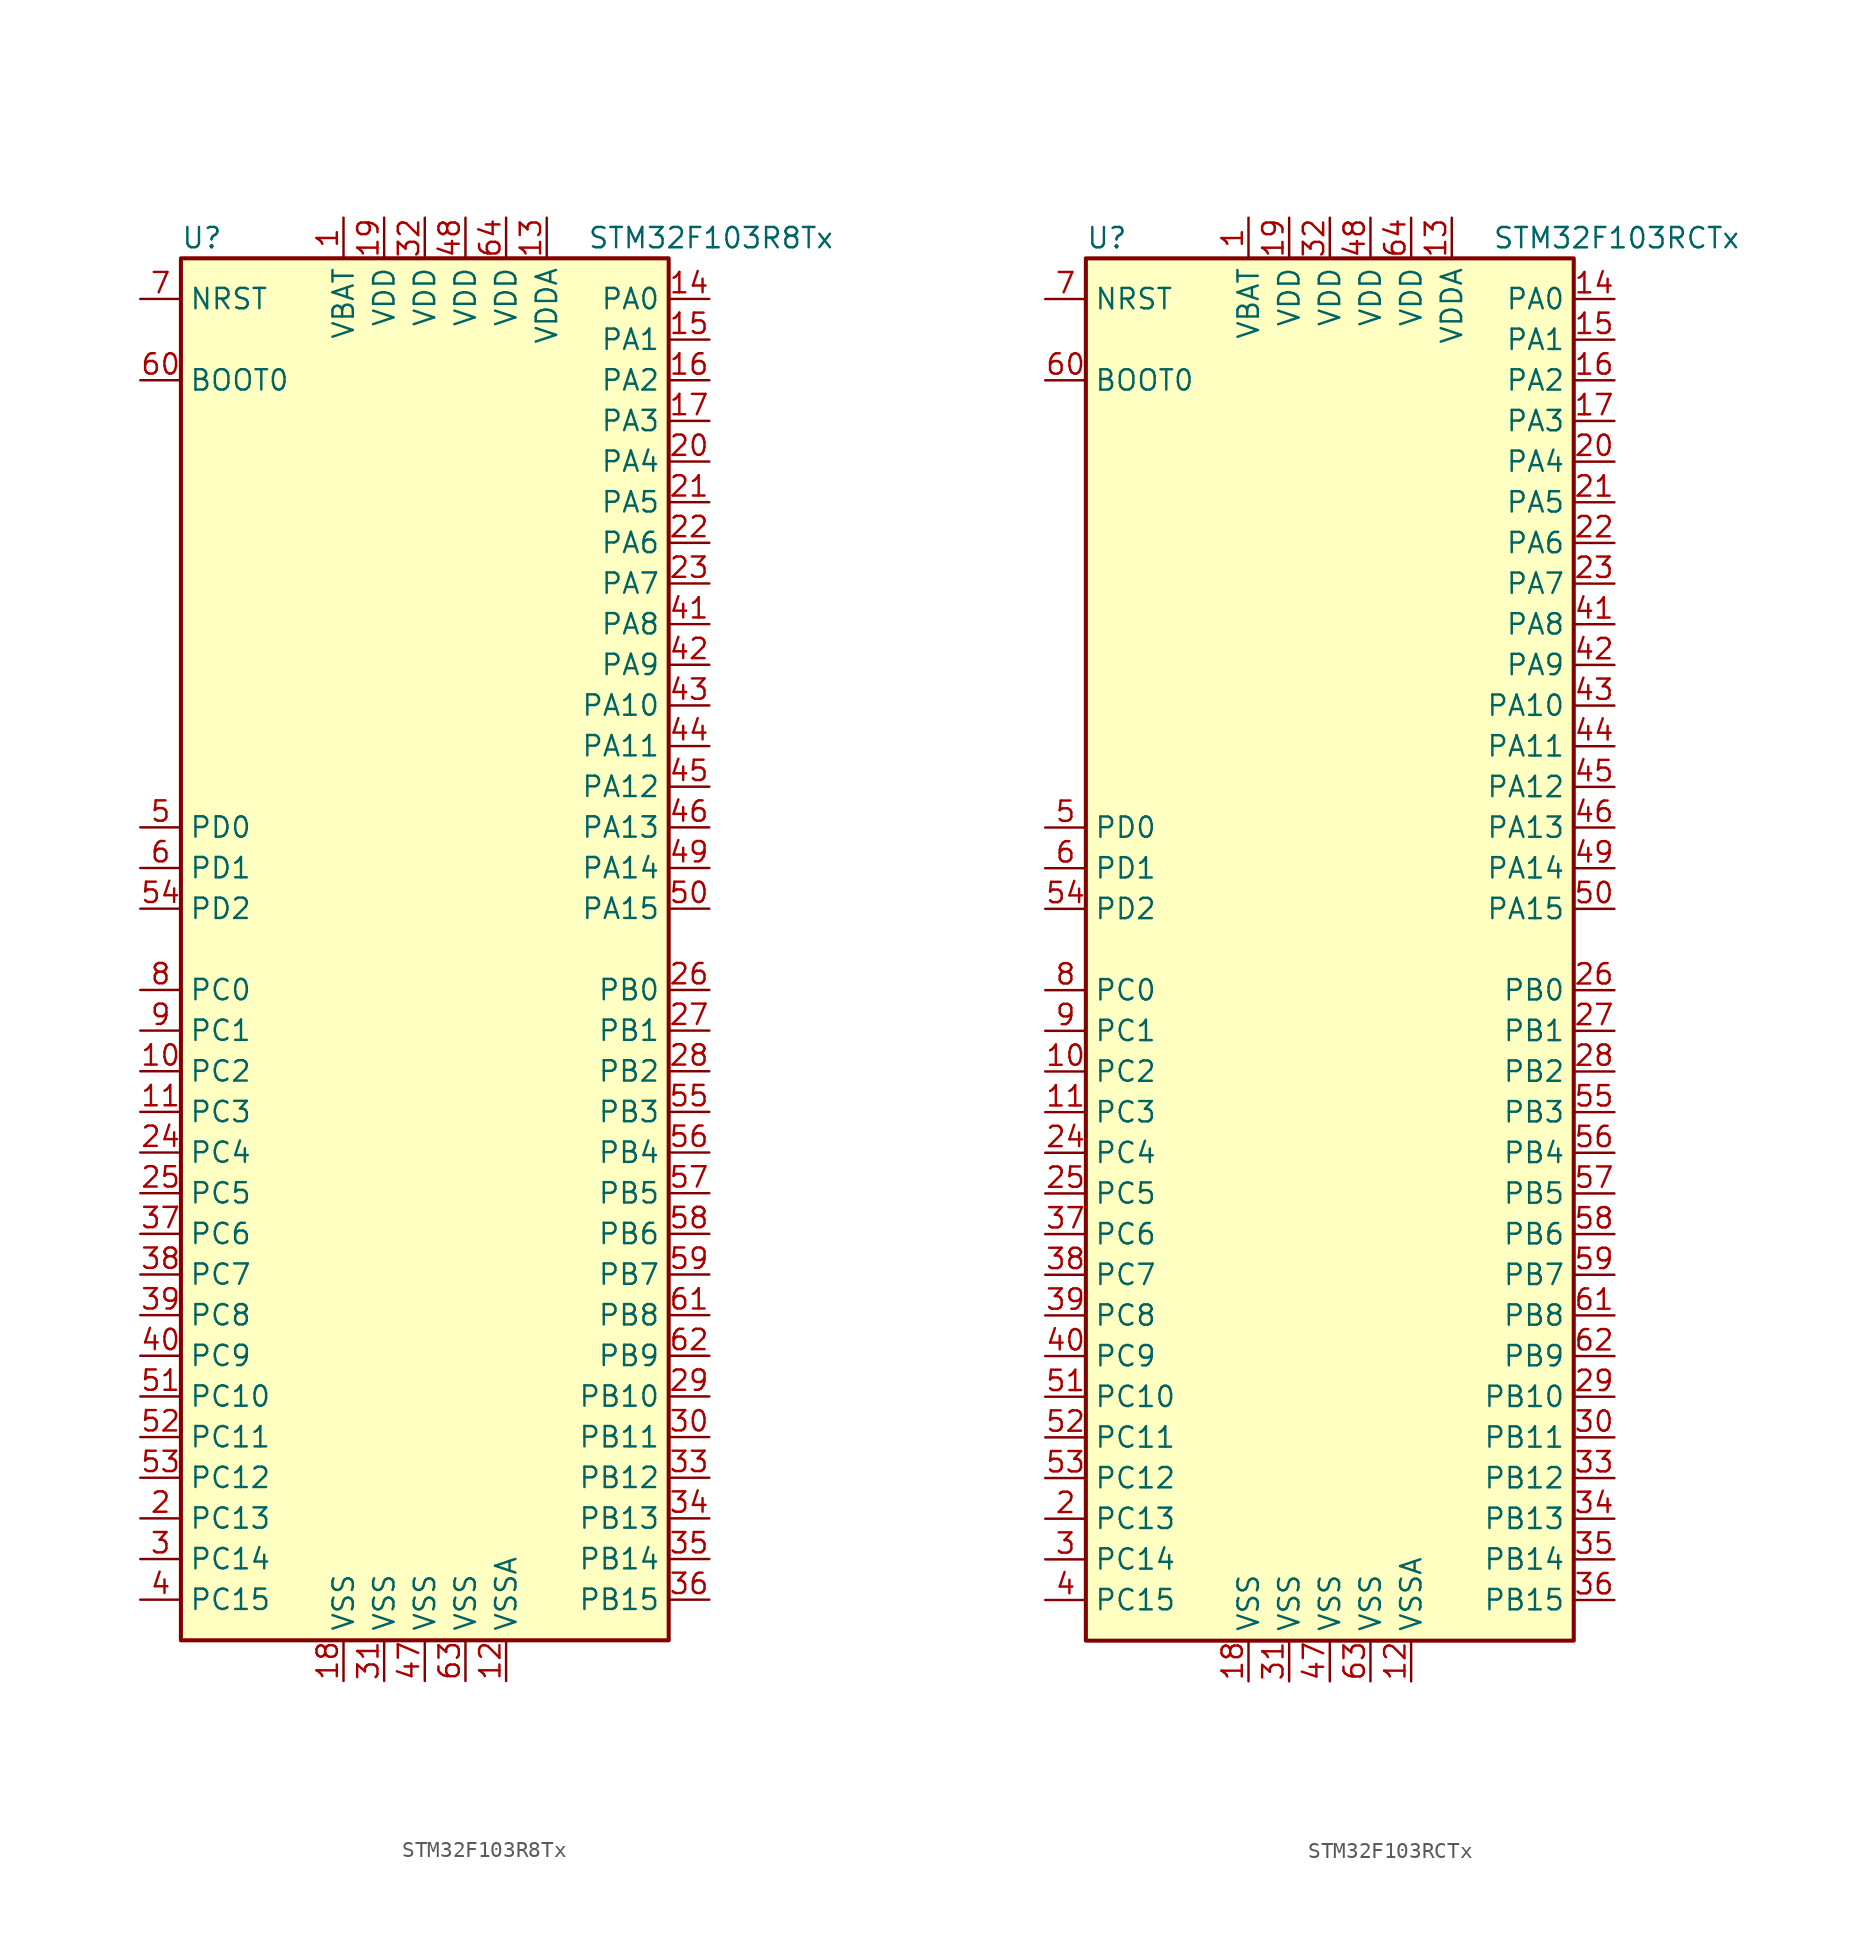
<source format=kicad_sym>
(kicad_symbol_lib
  (version 20201005)
  (generator kicad_symbol_editor)
  (symbol "MCU_ST_STM32F1:STM32F103R8Tx"
    (property "Reference" "U"
      (at -15.24 44.45 0)
      (effects (font (size 1.27 1.27)) (justify left)))
    (property "Value" "STM32F103R8Tx"
      (at 10.16 44.45 0)
      (effects (font (size 1.27 1.27)) (justify left)))
    (symbol "STM32F103R8Tx_0_1"
      (rectangle (start -15.24 -43.18) (end 15.24 43.18) (stroke (width 0.254)) (fill (type background))))
    (symbol "STM32F103R8Tx_1_1"
      (pin input line (at -17.78 35.56 0) (length 2.54) (name "BOOT0" (effects (font (size 1.27 1.27)))) (number "60" (effects (font (size 1.27 1.27)))))
      (pin input line (at -17.78 40.64 0) (length 2.54) (name "NRST" (effects (font (size 1.27 1.27)))) (number "7" (effects (font (size 1.27 1.27)))))
      (pin bidirectional line (at 17.78 40.64 180) (length 2.54) (name "PA0" (effects (font (size 1.27 1.27)))) (number "14" (effects (font (size 1.27 1.27)))))
      (pin bidirectional line (at 17.78 38.1 180) (length 2.54) (name "PA1" (effects (font (size 1.27 1.27)))) (number "15" (effects (font (size 1.27 1.27)))))
      (pin bidirectional line (at 17.78 15.24 180) (length 2.54) (name "PA10" (effects (font (size 1.27 1.27)))) (number "43" (effects (font (size 1.27 1.27)))))
      (pin bidirectional line (at 17.78 12.7 180) (length 2.54) (name "PA11" (effects (font (size 1.27 1.27)))) (number "44" (effects (font (size 1.27 1.27)))))
      (pin bidirectional line (at 17.78 10.16 180) (length 2.54) (name "PA12" (effects (font (size 1.27 1.27)))) (number "45" (effects (font (size 1.27 1.27)))))
      (pin bidirectional line (at 17.78 7.62 180) (length 2.54) (name "PA13" (effects (font (size 1.27 1.27)))) (number "46" (effects (font (size 1.27 1.27)))))
      (pin bidirectional line (at 17.78 5.08 180) (length 2.54) (name "PA14" (effects (font (size 1.27 1.27)))) (number "49" (effects (font (size 1.27 1.27)))))
      (pin bidirectional line (at 17.78 2.54 180) (length 2.54) (name "PA15" (effects (font (size 1.27 1.27)))) (number "50" (effects (font (size 1.27 1.27)))))
      (pin bidirectional line (at 17.78 35.56 180) (length 2.54) (name "PA2" (effects (font (size 1.27 1.27)))) (number "16" (effects (font (size 1.27 1.27)))))
      (pin bidirectional line (at 17.78 33.02 180) (length 2.54) (name "PA3" (effects (font (size 1.27 1.27)))) (number "17" (effects (font (size 1.27 1.27)))))
      (pin bidirectional line (at 17.78 30.48 180) (length 2.54) (name "PA4" (effects (font (size 1.27 1.27)))) (number "20" (effects (font (size 1.27 1.27)))))
      (pin bidirectional line (at 17.78 27.94 180) (length 2.54) (name "PA5" (effects (font (size 1.27 1.27)))) (number "21" (effects (font (size 1.27 1.27)))))
      (pin bidirectional line (at 17.78 25.4 180) (length 2.54) (name "PA6" (effects (font (size 1.27 1.27)))) (number "22" (effects (font (size 1.27 1.27)))))
      (pin bidirectional line (at 17.78 22.86 180) (length 2.54) (name "PA7" (effects (font (size 1.27 1.27)))) (number "23" (effects (font (size 1.27 1.27)))))
      (pin bidirectional line (at 17.78 20.32 180) (length 2.54) (name "PA8" (effects (font (size 1.27 1.27)))) (number "41" (effects (font (size 1.27 1.27)))))
      (pin bidirectional line (at 17.78 17.78 180) (length 2.54) (name "PA9" (effects (font (size 1.27 1.27)))) (number "42" (effects (font (size 1.27 1.27)))))
      (pin bidirectional line (at 17.78 -2.54 180) (length 2.54) (name "PB0" (effects (font (size 1.27 1.27)))) (number "26" (effects (font (size 1.27 1.27)))))
      (pin bidirectional line (at 17.78 -5.08 180) (length 2.54) (name "PB1" (effects (font (size 1.27 1.27)))) (number "27" (effects (font (size 1.27 1.27)))))
      (pin bidirectional line (at 17.78 -27.94 180) (length 2.54) (name "PB10" (effects (font (size 1.27 1.27)))) (number "29" (effects (font (size 1.27 1.27)))))
      (pin bidirectional line (at 17.78 -30.48 180) (length 2.54) (name "PB11" (effects (font (size 1.27 1.27)))) (number "30" (effects (font (size 1.27 1.27)))))
      (pin bidirectional line (at 17.78 -33.02 180) (length 2.54) (name "PB12" (effects (font (size 1.27 1.27)))) (number "33" (effects (font (size 1.27 1.27)))))
      (pin bidirectional line (at 17.78 -35.56 180) (length 2.54) (name "PB13" (effects (font (size 1.27 1.27)))) (number "34" (effects (font (size 1.27 1.27)))))
      (pin bidirectional line (at 17.78 -38.1 180) (length 2.54) (name "PB14" (effects (font (size 1.27 1.27)))) (number "35" (effects (font (size 1.27 1.27)))))
      (pin bidirectional line (at 17.78 -40.64 180) (length 2.54) (name "PB15" (effects (font (size 1.27 1.27)))) (number "36" (effects (font (size 1.27 1.27)))))
      (pin bidirectional line (at 17.78 -7.62 180) (length 2.54) (name "PB2" (effects (font (size 1.27 1.27)))) (number "28" (effects (font (size 1.27 1.27)))))
      (pin bidirectional line (at 17.78 -10.16 180) (length 2.54) (name "PB3" (effects (font (size 1.27 1.27)))) (number "55" (effects (font (size 1.27 1.27)))))
      (pin bidirectional line (at 17.78 -12.7 180) (length 2.54) (name "PB4" (effects (font (size 1.27 1.27)))) (number "56" (effects (font (size 1.27 1.27)))))
      (pin bidirectional line (at 17.78 -15.24 180) (length 2.54) (name "PB5" (effects (font (size 1.27 1.27)))) (number "57" (effects (font (size 1.27 1.27)))))
      (pin bidirectional line (at 17.78 -17.78 180) (length 2.54) (name "PB6" (effects (font (size 1.27 1.27)))) (number "58" (effects (font (size 1.27 1.27)))))
      (pin bidirectional line (at 17.78 -20.32 180) (length 2.54) (name "PB7" (effects (font (size 1.27 1.27)))) (number "59" (effects (font (size 1.27 1.27)))))
      (pin bidirectional line (at 17.78 -22.86 180) (length 2.54) (name "PB8" (effects (font (size 1.27 1.27)))) (number "61" (effects (font (size 1.27 1.27)))))
      (pin bidirectional line (at 17.78 -25.4 180) (length 2.54) (name "PB9" (effects (font (size 1.27 1.27)))) (number "62" (effects (font (size 1.27 1.27)))))
      (pin bidirectional line (at -17.78 -2.54 0) (length 2.54) (name "PC0" (effects (font (size 1.27 1.27)))) (number "8" (effects (font (size 1.27 1.27)))))
      (pin bidirectional line (at -17.78 -5.08 0) (length 2.54) (name "PC1" (effects (font (size 1.27 1.27)))) (number "9" (effects (font (size 1.27 1.27)))))
      (pin bidirectional line (at -17.78 -27.94 0) (length 2.54) (name "PC10" (effects (font (size 1.27 1.27)))) (number "51" (effects (font (size 1.27 1.27)))))
      (pin bidirectional line (at -17.78 -30.48 0) (length 2.54) (name "PC11" (effects (font (size 1.27 1.27)))) (number "52" (effects (font (size 1.27 1.27)))))
      (pin bidirectional line (at -17.78 -33.02 0) (length 2.54) (name "PC12" (effects (font (size 1.27 1.27)))) (number "53" (effects (font (size 1.27 1.27)))))
      (pin bidirectional line (at -17.78 -35.56 0) (length 2.54) (name "PC13" (effects (font (size 1.27 1.27)))) (number "2" (effects (font (size 1.27 1.27)))))
      (pin bidirectional line (at -17.78 -38.1 0) (length 2.54) (name "PC14" (effects (font (size 1.27 1.27)))) (number "3" (effects (font (size 1.27 1.27)))))
      (pin bidirectional line (at -17.78 -40.64 0) (length 2.54) (name "PC15" (effects (font (size 1.27 1.27)))) (number "4" (effects (font (size 1.27 1.27)))))
      (pin bidirectional line (at -17.78 -7.62 0) (length 2.54) (name "PC2" (effects (font (size 1.27 1.27)))) (number "10" (effects (font (size 1.27 1.27)))))
      (pin bidirectional line (at -17.78 -10.16 0) (length 2.54) (name "PC3" (effects (font (size 1.27 1.27)))) (number "11" (effects (font (size 1.27 1.27)))))
      (pin bidirectional line (at -17.78 -12.7 0) (length 2.54) (name "PC4" (effects (font (size 1.27 1.27)))) (number "24" (effects (font (size 1.27 1.27)))))
      (pin bidirectional line (at -17.78 -15.24 0) (length 2.54) (name "PC5" (effects (font (size 1.27 1.27)))) (number "25" (effects (font (size 1.27 1.27)))))
      (pin bidirectional line (at -17.78 -17.78 0) (length 2.54) (name "PC6" (effects (font (size 1.27 1.27)))) (number "37" (effects (font (size 1.27 1.27)))))
      (pin bidirectional line (at -17.78 -20.32 0) (length 2.54) (name "PC7" (effects (font (size 1.27 1.27)))) (number "38" (effects (font (size 1.27 1.27)))))
      (pin bidirectional line (at -17.78 -22.86 0) (length 2.54) (name "PC8" (effects (font (size 1.27 1.27)))) (number "39" (effects (font (size 1.27 1.27)))))
      (pin bidirectional line (at -17.78 -25.4 0) (length 2.54) (name "PC9" (effects (font (size 1.27 1.27)))) (number "40" (effects (font (size 1.27 1.27)))))
      (pin input line (at -17.78 7.62 0) (length 2.54) (name "PD0" (effects (font (size 1.27 1.27)))) (number "5" (effects (font (size 1.27 1.27)))))
      (pin input line (at -17.78 5.08 0) (length 2.54) (name "PD1" (effects (font (size 1.27 1.27)))) (number "6" (effects (font (size 1.27 1.27)))))
      (pin bidirectional line (at -17.78 2.54 0) (length 2.54) (name "PD2" (effects (font (size 1.27 1.27)))) (number "54" (effects (font (size 1.27 1.27)))))
      (pin power_in line (at -5.08 45.72 270) (length 2.54) (name "VBAT" (effects (font (size 1.27 1.27)))) (number "1" (effects (font (size 1.27 1.27)))))
      (pin power_in line (at -2.54 45.72 270) (length 2.54) (name "VDD" (effects (font (size 1.27 1.27)))) (number "19" (effects (font (size 1.27 1.27)))))
      (pin power_in line (at 0 45.72 270) (length 2.54) (name "VDD" (effects (font (size 1.27 1.27)))) (number "32" (effects (font (size 1.27 1.27)))))
      (pin power_in line (at 2.54 45.72 270) (length 2.54) (name "VDD" (effects (font (size 1.27 1.27)))) (number "48" (effects (font (size 1.27 1.27)))))
      (pin power_in line (at 5.08 45.72 270) (length 2.54) (name "VDD" (effects (font (size 1.27 1.27)))) (number "64" (effects (font (size 1.27 1.27)))))
      (pin power_in line (at 7.62 45.72 270) (length 2.54) (name "VDDA" (effects (font (size 1.27 1.27)))) (number "13" (effects (font (size 1.27 1.27)))))
      (pin power_in line (at -5.08 -45.72 90) (length 2.54) (name "VSS" (effects (font (size 1.27 1.27)))) (number "18" (effects (font (size 1.27 1.27)))))
      (pin power_in line (at -2.54 -45.72 90) (length 2.54) (name "VSS" (effects (font (size 1.27 1.27)))) (number "31" (effects (font (size 1.27 1.27)))))
      (pin power_in line (at 0 -45.72 90) (length 2.54) (name "VSS" (effects (font (size 1.27 1.27)))) (number "47" (effects (font (size 1.27 1.27)))))
      (pin power_in line (at 2.54 -45.72 90) (length 2.54) (name "VSS" (effects (font (size 1.27 1.27)))) (number "63" (effects (font (size 1.27 1.27)))))
      (pin power_in line (at 5.08 -45.72 90) (length 2.54) (name "VSSA" (effects (font (size 1.27 1.27)))) (number "12" (effects (font (size 1.27 1.27)))))))
  (symbol "MCU_ST_STM32F1:STM32F103RCTx"
    (property "Reference" "U"
      (at -15.24 44.45 0)
      (effects (font (size 1.27 1.27)) (justify left)))
    (property "Value" "STM32F103RCTx"
      (at 10.16 44.45 0)
      (effects (font (size 1.27 1.27)) (justify left)))
    (symbol "STM32F103RCTx_0_1"
      (rectangle (start -15.24 -43.18) (end 15.24 43.18) (stroke (width 0.254)) (fill (type background))))
    (symbol "STM32F103RCTx_1_1"
      (pin input line (at -17.78 35.56 0) (length 2.54) (name "BOOT0" (effects (font (size 1.27 1.27)))) (number "60" (effects (font (size 1.27 1.27)))))
      (pin input line (at -17.78 40.64 0) (length 2.54) (name "NRST" (effects (font (size 1.27 1.27)))) (number "7" (effects (font (size 1.27 1.27)))))
      (pin bidirectional line (at 17.78 40.64 180) (length 2.54) (name "PA0" (effects (font (size 1.27 1.27)))) (number "14" (effects (font (size 1.27 1.27)))))
      (pin bidirectional line (at 17.78 38.1 180) (length 2.54) (name "PA1" (effects (font (size 1.27 1.27)))) (number "15" (effects (font (size 1.27 1.27)))))
      (pin bidirectional line (at 17.78 15.24 180) (length 2.54) (name "PA10" (effects (font (size 1.27 1.27)))) (number "43" (effects (font (size 1.27 1.27)))))
      (pin bidirectional line (at 17.78 12.7 180) (length 2.54) (name "PA11" (effects (font (size 1.27 1.27)))) (number "44" (effects (font (size 1.27 1.27)))))
      (pin bidirectional line (at 17.78 10.16 180) (length 2.54) (name "PA12" (effects (font (size 1.27 1.27)))) (number "45" (effects (font (size 1.27 1.27)))))
      (pin bidirectional line (at 17.78 7.62 180) (length 2.54) (name "PA13" (effects (font (size 1.27 1.27)))) (number "46" (effects (font (size 1.27 1.27)))))
      (pin bidirectional line (at 17.78 5.08 180) (length 2.54) (name "PA14" (effects (font (size 1.27 1.27)))) (number "49" (effects (font (size 1.27 1.27)))))
      (pin bidirectional line (at 17.78 2.54 180) (length 2.54) (name "PA15" (effects (font (size 1.27 1.27)))) (number "50" (effects (font (size 1.27 1.27)))))
      (pin bidirectional line (at 17.78 35.56 180) (length 2.54) (name "PA2" (effects (font (size 1.27 1.27)))) (number "16" (effects (font (size 1.27 1.27)))))
      (pin bidirectional line (at 17.78 33.02 180) (length 2.54) (name "PA3" (effects (font (size 1.27 1.27)))) (number "17" (effects (font (size 1.27 1.27)))))
      (pin bidirectional line (at 17.78 30.48 180) (length 2.54) (name "PA4" (effects (font (size 1.27 1.27)))) (number "20" (effects (font (size 1.27 1.27)))))
      (pin bidirectional line (at 17.78 27.94 180) (length 2.54) (name "PA5" (effects (font (size 1.27 1.27)))) (number "21" (effects (font (size 1.27 1.27)))))
      (pin bidirectional line (at 17.78 25.4 180) (length 2.54) (name "PA6" (effects (font (size 1.27 1.27)))) (number "22" (effects (font (size 1.27 1.27)))))
      (pin bidirectional line (at 17.78 22.86 180) (length 2.54) (name "PA7" (effects (font (size 1.27 1.27)))) (number "23" (effects (font (size 1.27 1.27)))))
      (pin bidirectional line (at 17.78 20.32 180) (length 2.54) (name "PA8" (effects (font (size 1.27 1.27)))) (number "41" (effects (font (size 1.27 1.27)))))
      (pin bidirectional line (at 17.78 17.78 180) (length 2.54) (name "PA9" (effects (font (size 1.27 1.27)))) (number "42" (effects (font (size 1.27 1.27)))))
      (pin bidirectional line (at 17.78 -2.54 180) (length 2.54) (name "PB0" (effects (font (size 1.27 1.27)))) (number "26" (effects (font (size 1.27 1.27)))))
      (pin bidirectional line (at 17.78 -5.08 180) (length 2.54) (name "PB1" (effects (font (size 1.27 1.27)))) (number "27" (effects (font (size 1.27 1.27)))))
      (pin bidirectional line (at 17.78 -27.94 180) (length 2.54) (name "PB10" (effects (font (size 1.27 1.27)))) (number "29" (effects (font (size 1.27 1.27)))))
      (pin bidirectional line (at 17.78 -30.48 180) (length 2.54) (name "PB11" (effects (font (size 1.27 1.27)))) (number "30" (effects (font (size 1.27 1.27)))))
      (pin bidirectional line (at 17.78 -33.02 180) (length 2.54) (name "PB12" (effects (font (size 1.27 1.27)))) (number "33" (effects (font (size 1.27 1.27)))))
      (pin bidirectional line (at 17.78 -35.56 180) (length 2.54) (name "PB13" (effects (font (size 1.27 1.27)))) (number "34" (effects (font (size 1.27 1.27)))))
      (pin bidirectional line (at 17.78 -38.1 180) (length 2.54) (name "PB14" (effects (font (size 1.27 1.27)))) (number "35" (effects (font (size 1.27 1.27)))))
      (pin bidirectional line (at 17.78 -40.64 180) (length 2.54) (name "PB15" (effects (font (size 1.27 1.27)))) (number "36" (effects (font (size 1.27 1.27)))))
      (pin bidirectional line (at 17.78 -7.62 180) (length 2.54) (name "PB2" (effects (font (size 1.27 1.27)))) (number "28" (effects (font (size 1.27 1.27)))))
      (pin bidirectional line (at 17.78 -10.16 180) (length 2.54) (name "PB3" (effects (font (size 1.27 1.27)))) (number "55" (effects (font (size 1.27 1.27)))))
      (pin bidirectional line (at 17.78 -12.7 180) (length 2.54) (name "PB4" (effects (font (size 1.27 1.27)))) (number "56" (effects (font (size 1.27 1.27)))))
      (pin bidirectional line (at 17.78 -15.24 180) (length 2.54) (name "PB5" (effects (font (size 1.27 1.27)))) (number "57" (effects (font (size 1.27 1.27)))))
      (pin bidirectional line (at 17.78 -17.78 180) (length 2.54) (name "PB6" (effects (font (size 1.27 1.27)))) (number "58" (effects (font (size 1.27 1.27)))))
      (pin bidirectional line (at 17.78 -20.32 180) (length 2.54) (name "PB7" (effects (font (size 1.27 1.27)))) (number "59" (effects (font (size 1.27 1.27)))))
      (pin bidirectional line (at 17.78 -22.86 180) (length 2.54) (name "PB8" (effects (font (size 1.27 1.27)))) (number "61" (effects (font (size 1.27 1.27)))))
      (pin bidirectional line (at 17.78 -25.4 180) (length 2.54) (name "PB9" (effects (font (size 1.27 1.27)))) (number "62" (effects (font (size 1.27 1.27)))))
      (pin bidirectional line (at -17.78 -2.54 0) (length 2.54) (name "PC0" (effects (font (size 1.27 1.27)))) (number "8" (effects (font (size 1.27 1.27)))))
      (pin bidirectional line (at -17.78 -5.08 0) (length 2.54) (name "PC1" (effects (font (size 1.27 1.27)))) (number "9" (effects (font (size 1.27 1.27)))))
      (pin bidirectional line (at -17.78 -27.94 0) (length 2.54) (name "PC10" (effects (font (size 1.27 1.27)))) (number "51" (effects (font (size 1.27 1.27)))))
      (pin bidirectional line (at -17.78 -30.48 0) (length 2.54) (name "PC11" (effects (font (size 1.27 1.27)))) (number "52" (effects (font (size 1.27 1.27)))))
      (pin bidirectional line (at -17.78 -33.02 0) (length 2.54) (name "PC12" (effects (font (size 1.27 1.27)))) (number "53" (effects (font (size 1.27 1.27)))))
      (pin bidirectional line (at -17.78 -35.56 0) (length 2.54) (name "PC13" (effects (font (size 1.27 1.27)))) (number "2" (effects (font (size 1.27 1.27)))))
      (pin bidirectional line (at -17.78 -38.1 0) (length 2.54) (name "PC14" (effects (font (size 1.27 1.27)))) (number "3" (effects (font (size 1.27 1.27)))))
      (pin bidirectional line (at -17.78 -40.64 0) (length 2.54) (name "PC15" (effects (font (size 1.27 1.27)))) (number "4" (effects (font (size 1.27 1.27)))))
      (pin bidirectional line (at -17.78 -7.62 0) (length 2.54) (name "PC2" (effects (font (size 1.27 1.27)))) (number "10" (effects (font (size 1.27 1.27)))))
      (pin bidirectional line (at -17.78 -10.16 0) (length 2.54) (name "PC3" (effects (font (size 1.27 1.27)))) (number "11" (effects (font (size 1.27 1.27)))))
      (pin bidirectional line (at -17.78 -12.7 0) (length 2.54) (name "PC4" (effects (font (size 1.27 1.27)))) (number "24" (effects (font (size 1.27 1.27)))))
      (pin bidirectional line (at -17.78 -15.24 0) (length 2.54) (name "PC5" (effects (font (size 1.27 1.27)))) (number "25" (effects (font (size 1.27 1.27)))))
      (pin bidirectional line (at -17.78 -17.78 0) (length 2.54) (name "PC6" (effects (font (size 1.27 1.27)))) (number "37" (effects (font (size 1.27 1.27)))))
      (pin bidirectional line (at -17.78 -20.32 0) (length 2.54) (name "PC7" (effects (font (size 1.27 1.27)))) (number "38" (effects (font (size 1.27 1.27)))))
      (pin bidirectional line (at -17.78 -22.86 0) (length 2.54) (name "PC8" (effects (font (size 1.27 1.27)))) (number "39" (effects (font (size 1.27 1.27)))))
      (pin bidirectional line (at -17.78 -25.4 0) (length 2.54) (name "PC9" (effects (font (size 1.27 1.27)))) (number "40" (effects (font (size 1.27 1.27)))))
      (pin input line (at -17.78 7.62 0) (length 2.54) (name "PD0" (effects (font (size 1.27 1.27)))) (number "5" (effects (font (size 1.27 1.27)))))
      (pin input line (at -17.78 5.08 0) (length 2.54) (name "PD1" (effects (font (size 1.27 1.27)))) (number "6" (effects (font (size 1.27 1.27)))))
      (pin bidirectional line (at -17.78 2.54 0) (length 2.54) (name "PD2" (effects (font (size 1.27 1.27)))) (number "54" (effects (font (size 1.27 1.27)))))
      (pin power_in line (at -5.08 45.72 270) (length 2.54) (name "VBAT" (effects (font (size 1.27 1.27)))) (number "1" (effects (font (size 1.27 1.27)))))
      (pin power_in line (at -2.54 45.72 270) (length 2.54) (name "VDD" (effects (font (size 1.27 1.27)))) (number "19" (effects (font (size 1.27 1.27)))))
      (pin power_in line (at 0 45.72 270) (length 2.54) (name "VDD" (effects (font (size 1.27 1.27)))) (number "32" (effects (font (size 1.27 1.27)))))
      (pin power_in line (at 2.54 45.72 270) (length 2.54) (name "VDD" (effects (font (size 1.27 1.27)))) (number "48" (effects (font (size 1.27 1.27)))))
      (pin power_in line (at 5.08 45.72 270) (length 2.54) (name "VDD" (effects (font (size 1.27 1.27)))) (number "64" (effects (font (size 1.27 1.27)))))
      (pin power_in line (at 7.62 45.72 270) (length 2.54) (name "VDDA" (effects (font (size 1.27 1.27)))) (number "13" (effects (font (size 1.27 1.27)))))
      (pin power_in line (at -5.08 -45.72 90) (length 2.54) (name "VSS" (effects (font (size 1.27 1.27)))) (number "18" (effects (font (size 1.27 1.27)))))
      (pin power_in line (at -2.54 -45.72 90) (length 2.54) (name "VSS" (effects (font (size 1.27 1.27)))) (number "31" (effects (font (size 1.27 1.27)))))
      (pin power_in line (at 0 -45.72 90) (length 2.54) (name "VSS" (effects (font (size 1.27 1.27)))) (number "47" (effects (font (size 1.27 1.27)))))
      (pin power_in line (at 2.54 -45.72 90) (length 2.54) (name "VSS" (effects (font (size 1.27 1.27)))) (number "63" (effects (font (size 1.27 1.27)))))
      (pin power_in line (at 5.08 -45.72 90) (length 2.54) (name "VSSA" (effects (font (size 1.27 1.27)))) (number "12" (effects (font (size 1.27 1.27))))))))
</source>
